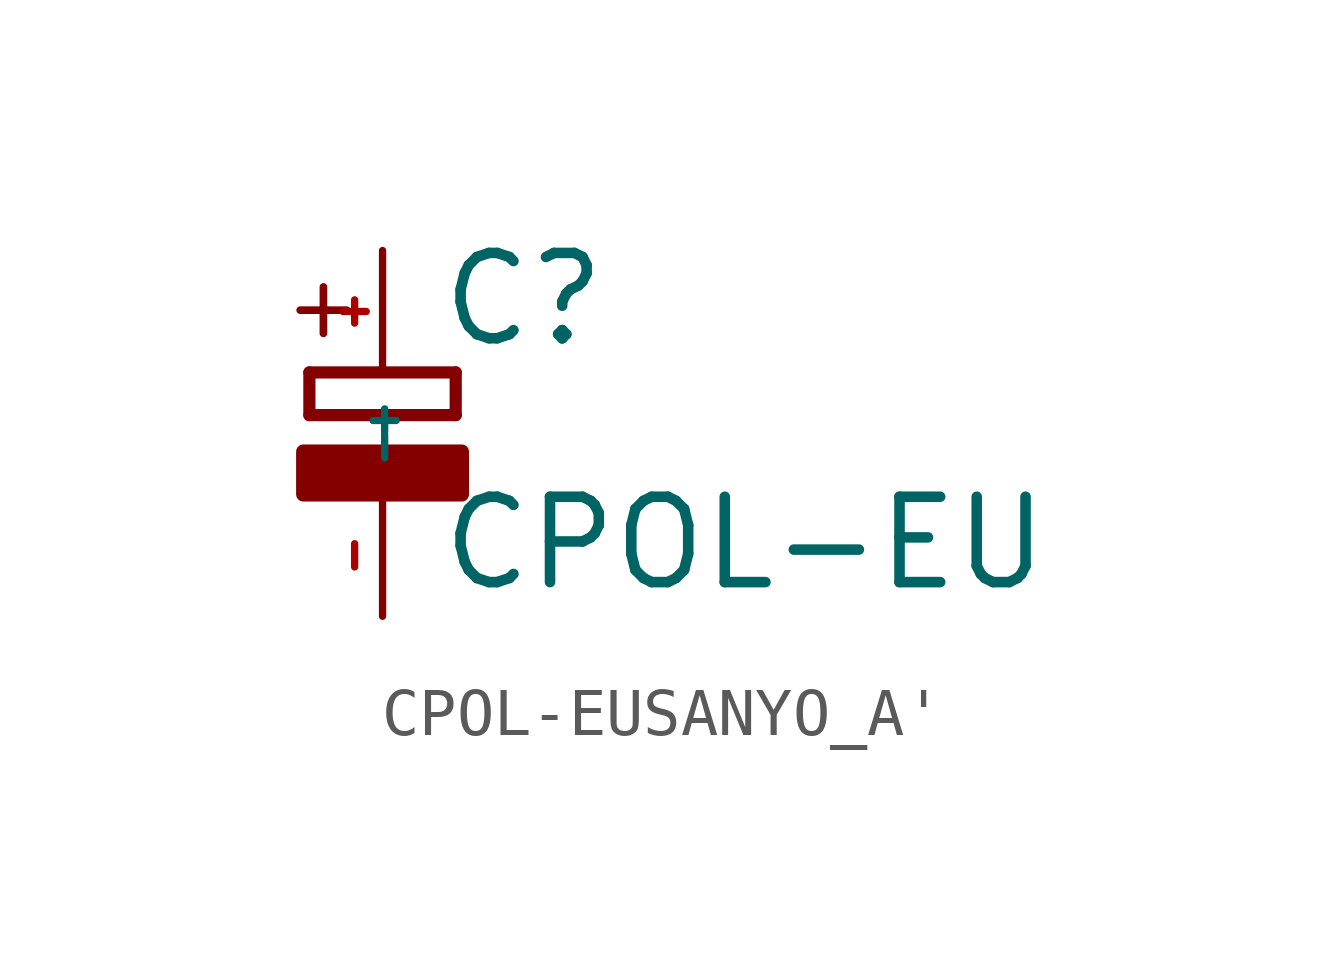
<source format=kicad_sym>
(kicad_symbol_lib
  (version 20220914)
  (generator Eagle2Kicad)
  (symbol "CPOL-EUSANYO_A'"
    (property "Reference" "C"
      (at 1.143 0.483 0)
      (effects (font (size 1.778 1.778) (thickness 0.22)) (justify left bottom)))
    (property "Value" "CPOL-EU"
      (at 1.143 -4.597 0)
      (effects (font (size 1.778 1.778) (thickness 0.22)) (justify left bottom)))
    (polyline
      (pts (xy -1.524 -0.889) (xy 1.524 -0.889))
      (stroke (width 0.254) (type default))
      (fill (type none)))
    (polyline
      (pts (xy 1.524 -0.889) (xy 1.524 0))
      (stroke (width 0.254) (type default))
      (fill (type none)))
    (polyline
      (pts (xy -1.524 0) (xy -1.524 -0.889))
      (stroke (width 0.254) (type default))
      (fill (type none)))
    (polyline
      (pts (xy -1.524 0) (xy 1.524 0))
      (stroke (width 0.254) (type default))
      (fill (type none)))
    (text "+"
      (at -0.584 0.406 900)
      (effects (font (size 1.27 1.27) (thickness 0.16)) (justify left bottom)))
    (rectangle
      (start -1.651 -2.54)
      (end 1.651 -1.651)
      (stroke (width 0.3) (type default))
      (fill (type outline)))
    (pin passive line
      (at 0 -5.08 90)
      (length 2.54)
      (name "-" (effects (font (size 0.635 0.635) (thickness 0.08)) (justify left bottom)))
      (number "-" (effects (font (size 0.635 0.635) (thickness 0.08)) (justify left bottom))))
    (pin passive line
      (at 0 2.54 270)
      (length 2.54)
      (name "+" (effects (font (size 0.635 0.635) (thickness 0.08)) (justify left bottom)))
      (number "+" (effects (font (size 0.635 0.635) (thickness 0.08)) (justify left bottom))))))
</source>
